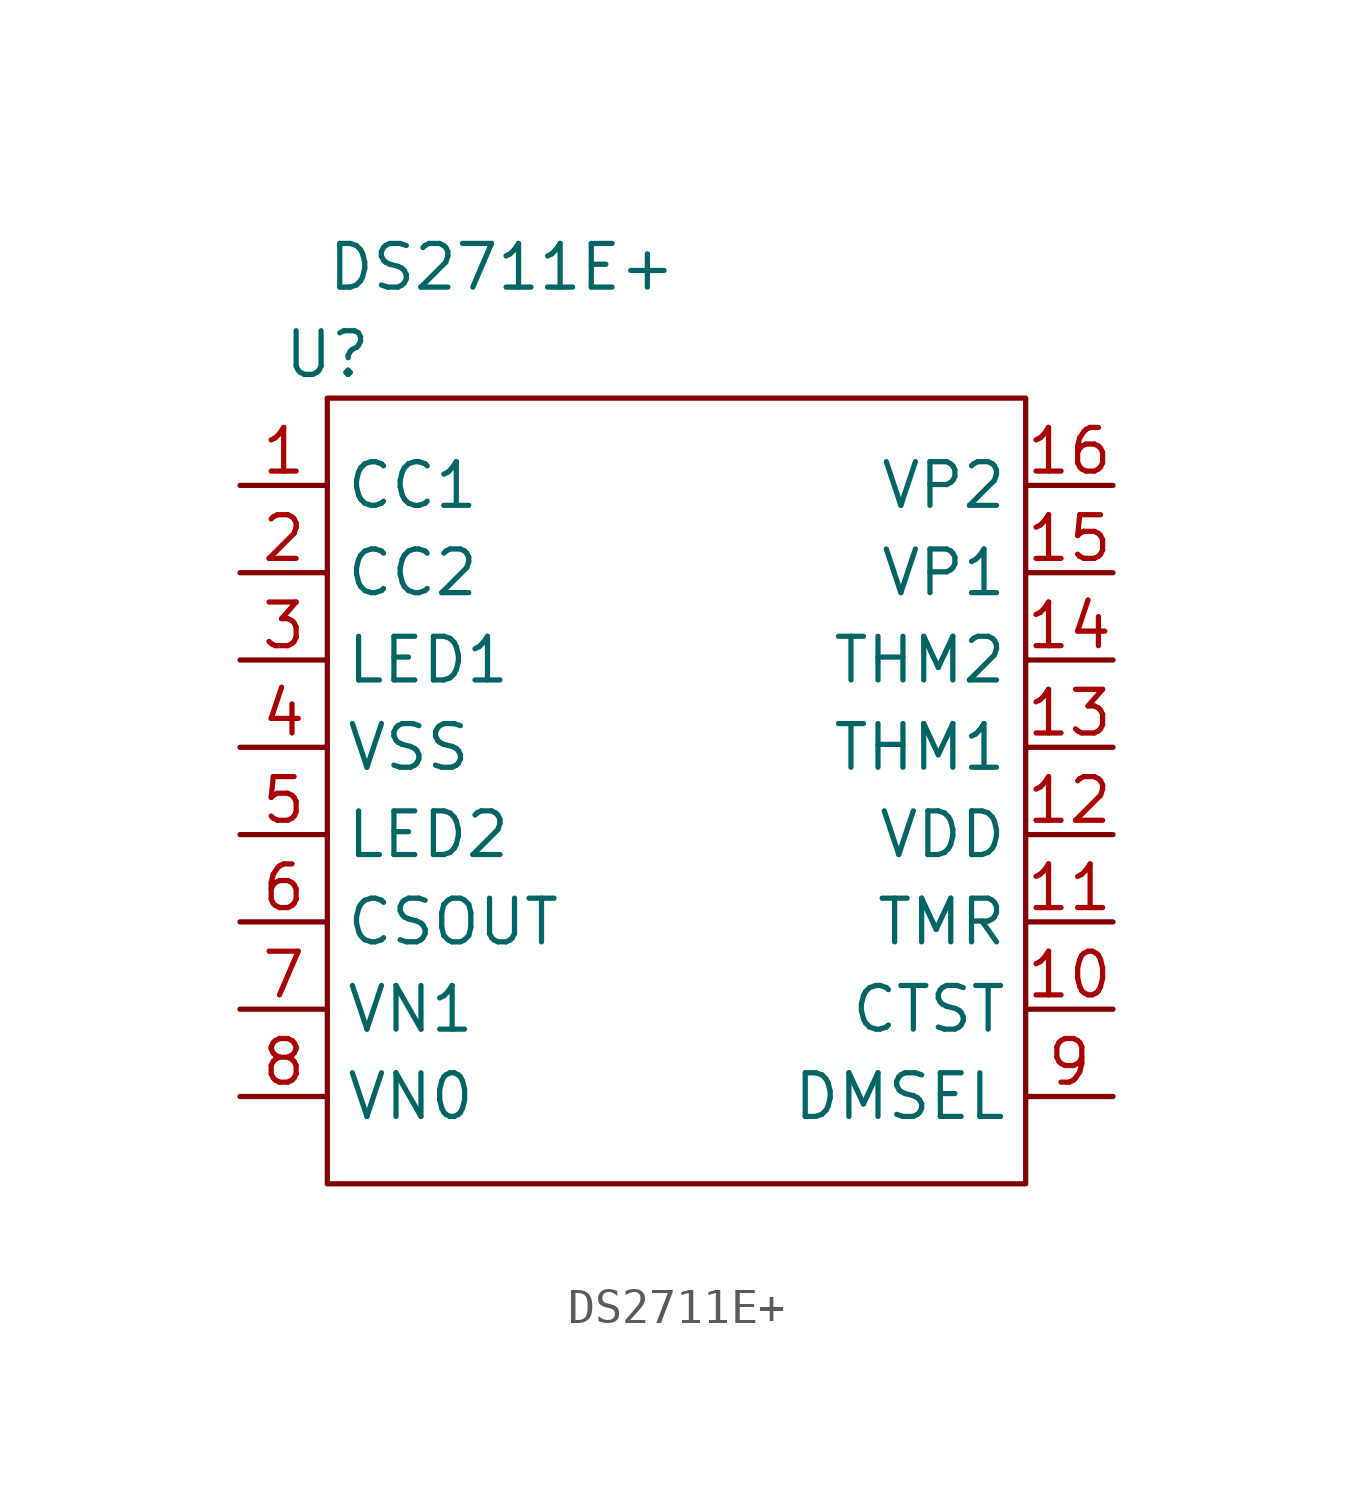
<source format=kicad_sym>
(kicad_symbol_lib
  (version 20211014)
  (generator kicad_symbol_editor)
  (symbol "DS2711E+"
    (property "Reference" "U"
      (at -10.16 12.7 0)
      (effects (font (size 1.27 1.27))))
    (property "Value" "DS2711E+"
      (at -5.08 15.24 0)
      (effects (font (size 1.27 1.27))))
    (symbol "DS2711E+_0_1"
      (rectangle (start -10.16 11.43) (end 10.16 -11.43) (stroke (width 0) (type default) (color 0 0 0 0)) (fill (type none))))
    (symbol "DS2711E+_1_1"
      (pin passive line (at -12.7 8.89 0) (length 2.54) (name "CC1" (effects (font (size 1.27 1.27)))) (number "1" (effects (font (size 1.27 1.27)))))
      (pin passive line (at 12.7 -6.35 180) (length 2.54) (name "CTST" (effects (font (size 1.27 1.27)))) (number "10" (effects (font (size 1.27 1.27)))))
      (pin passive line (at 12.7 -3.81 180) (length 2.54) (name "TMR" (effects (font (size 1.27 1.27)))) (number "11" (effects (font (size 1.27 1.27)))))
      (pin passive line (at 12.7 -1.27 180) (length 2.54) (name "VDD" (effects (font (size 1.27 1.27)))) (number "12" (effects (font (size 1.27 1.27)))))
      (pin passive line (at 12.7 1.27 180) (length 2.54) (name "THM1" (effects (font (size 1.27 1.27)))) (number "13" (effects (font (size 1.27 1.27)))))
      (pin passive line (at 12.7 3.81 180) (length 2.54) (name "THM2" (effects (font (size 1.27 1.27)))) (number "14" (effects (font (size 1.27 1.27)))))
      (pin passive line (at 12.7 6.35 180) (length 2.54) (name "VP1" (effects (font (size 1.27 1.27)))) (number "15" (effects (font (size 1.27 1.27)))))
      (pin passive line (at 12.7 8.89 180) (length 2.54) (name "VP2" (effects (font (size 1.27 1.27)))) (number "16" (effects (font (size 1.27 1.27)))))
      (pin passive line (at -12.7 6.35 0) (length 2.54) (name "CC2" (effects (font (size 1.27 1.27)))) (number "2" (effects (font (size 1.27 1.27)))))
      (pin passive line (at -12.7 3.81 0) (length 2.54) (name "LED1" (effects (font (size 1.27 1.27)))) (number "3" (effects (font (size 1.27 1.27)))))
      (pin passive line (at -12.7 1.27 0) (length 2.54) (name "VSS" (effects (font (size 1.27 1.27)))) (number "4" (effects (font (size 1.27 1.27)))))
      (pin passive line (at -12.7 -1.27 0) (length 2.54) (name "LED2" (effects (font (size 1.27 1.27)))) (number "5" (effects (font (size 1.27 1.27)))))
      (pin passive line (at -12.7 -3.81 0) (length 2.54) (name "CSOUT" (effects (font (size 1.27 1.27)))) (number "6" (effects (font (size 1.27 1.27)))))
      (pin passive line (at -12.7 -6.35 0) (length 2.54) (name "VN1" (effects (font (size 1.27 1.27)))) (number "7" (effects (font (size 1.27 1.27)))))
      (pin passive line (at -12.7 -8.89 0) (length 2.54) (name "VN0" (effects (font (size 1.27 1.27)))) (number "8" (effects (font (size 1.27 1.27)))))
      (pin passive line (at 12.7 -8.89 180) (length 2.54) (name "DMSEL" (effects (font (size 1.27 1.27)))) (number "9" (effects (font (size 1.27 1.27))))))))
</source>
